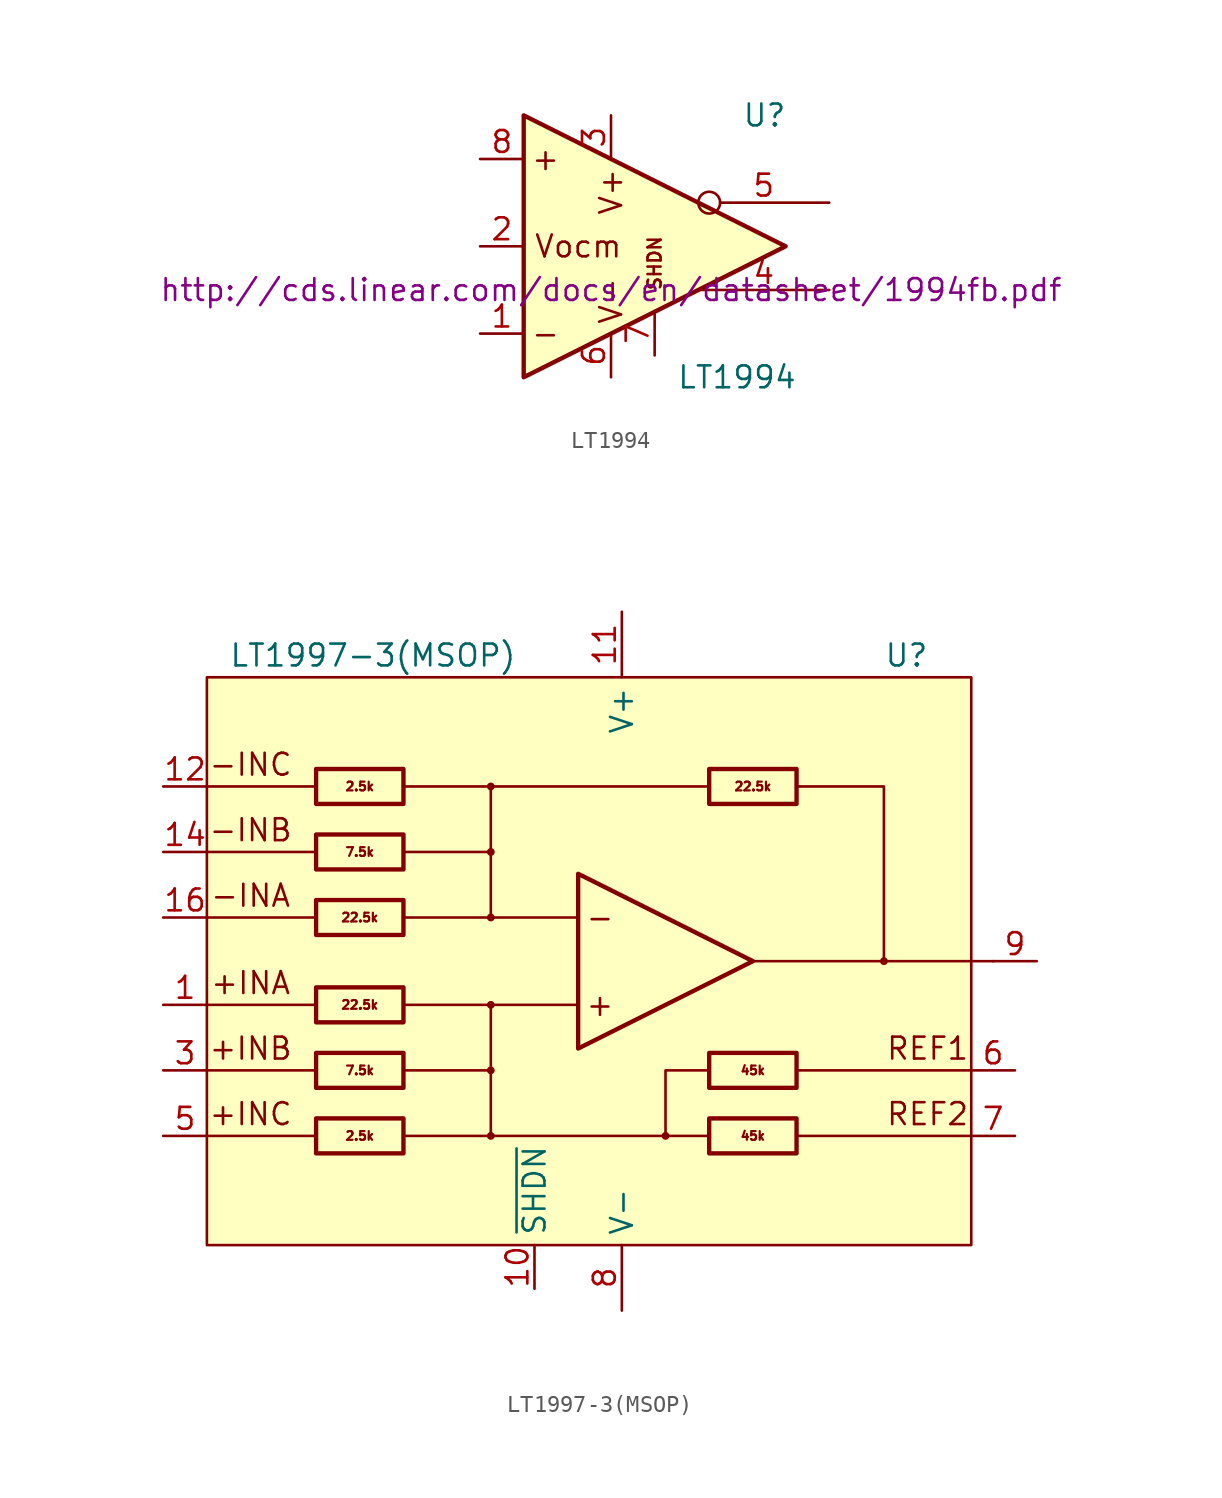
<source format=kicad_sym>
(kicad_symbol_lib
  (version 20220914)
  (generator kicad_symbol_editor)
  (symbol "LT1994"
    (pin_names
      (offset 1.016))
    (property "Reference" "U"
      (at 7.62 7.62 0)
      (effects (font (size 1.27 1.27)) (justify left)))
    (property "Value" "LT1994"
      (at 3.81 -7.62 0)
      (effects (font (size 1.27 1.27)) (justify left)))
    (property "Footprint" ""
      (at 0 -2.54 0)
      (effects (font (size 1.27 1.27))))
    (property "Datasheet" "http://cds.linear.com/docs/en/datasheet/1994fb.pdf"
      (at 0 -2.54 0)
      (effects (font (size 1.27 1.27))))
    (symbol "LT1994_0_0"
      (text " SHDN" (at 2.54 -1.27 900) (effects (font (size 0.762 0.762))))
      (text "+" (at -3.81 5.08 0) (effects (font (size 1.27 1.27))))
      (text "-" (at -3.81 -5.08 0) (effects (font (size 1.27 1.27))))
      (text "V+" (at 0 3.175 900) (effects (font (size 1.27 1.27))))
      (text "V-" (at 0 -3.175 900) (effects (font (size 1.27 1.27))))
      (text "Vocm" (at -1.905 0 0) (effects (font (size 1.27 1.27)))))
    (symbol "LT1994_0_1"
      (polyline (pts (xy -5.08 7.62) (xy -5.08 -7.62) (xy 10.16 0) (xy -5.08 7.62)) (stroke (width 0.254) (type solid)) (fill (type background))))
    (symbol "LT1994_1_1"
      (pin input line (at -7.62 -5.08 0) (length 2.54) (name "~" (effects (font (size 1.27 1.27)))) (number "1" (effects (font (size 1.27 1.27)))))
      (pin input line (at -7.62 0 0) (length 2.54) (name "~" (effects (font (size 1.27 1.27)))) (number "2" (effects (font (size 1.27 1.27)))))
      (pin power_in line (at 0 7.62 270) (length 2.54) (name "~" (effects (font (size 1.27 1.27)))) (number "3" (effects (font (size 1.27 1.27)))))
      (pin output line (at 12.7 -2.54 180) (length 7.62) (name "~" (effects (font (size 1.27 1.27)))) (number "4" (effects (font (size 1.27 1.27)))))
      (pin output inverted (at 12.7 2.54 180) (length 7.62) (name "~" (effects (font (size 1.27 1.27)))) (number "5" (effects (font (size 1.27 1.27)))))
      (pin power_in line (at 0 -7.62 90) (length 2.54) (name "~" (effects (font (size 1.27 1.27)))) (number "6" (effects (font (size 1.27 1.27)))))
      (pin input line (at 2.54 -6.35 90) (length 2.54) (name "~" (effects (font (size 1.27 1.27)))) (number "7" (effects (font (size 1.27 1.27)))))
      (pin input line (at -7.62 5.08 0) (length 2.54) (name "~" (effects (font (size 1.27 1.27)))) (number "8" (effects (font (size 1.27 1.27)))))))
  (symbol "LT1997-3(MSOP)"
    (property "Reference" "U"
      (at 15.24 17.78 0)
      (effects (font (size 1.27 1.27)) (justify left)))
    (property "Value" "LT1997-3(MSOP)"
      (at -22.86 17.78 0)
      (effects (font (size 1.27 1.27)) (justify left)))
    (property "Datasheet" ""
      (at 2.54 0 0)
      (effects (font (size 1.27 1.27))))
    (symbol "LT1997-3(MSOP)_0_0"
      (rectangle (start -24.13 16.51) (end 20.32 -16.51) (stroke (width 0) (type solid)) (fill (type background)))
      (circle (center -7.62 2.54) (radius 0.152) (stroke (width 0) (type solid)) (fill (type none)))
      (circle (center -7.62 6.35) (radius 0.152) (stroke (width 0) (type solid)) (fill (type none)))
      (polyline (pts (xy -24.13 2.54) (xy -17.78 2.54)) (stroke (width 0) (type solid)) (fill (type none)))
      (polyline (pts (xy -24.13 6.35) (xy -17.78 6.35)) (stroke (width 0) (type solid)) (fill (type none)))
      (polyline (pts (xy -24.13 10.16) (xy -17.78 10.16)) (stroke (width 0) (type solid)) (fill (type none)))
      (polyline (pts (xy 15.24 0) (xy 21.59 0)) (stroke (width 0) (type solid)) (fill (type none)))
      (polyline (pts (xy -7.62 2.54) (xy -7.62 10.16) (xy 5.08 10.16)) (stroke (width 0) (type solid)) (fill (type none)))
      (polyline (pts (xy 5.08 -6.35) (xy 2.54 -6.35) (xy 2.54 -10.16)) (stroke (width 0) (type solid)) (fill (type none)))
      (polyline (pts (xy 10.16 10.16) (xy 15.24 10.16) (xy 15.24 0) (xy 7.62 0)) (stroke (width 0) (type solid)) (fill (type none)))
      (text "+" (at -1.27 -2.54 0) (effects (font (size 1.27 1.27))))
      (text "-" (at -1.27 2.54 0) (effects (font (size 1.27 1.27))))
      (text "-INC" (at -21.59 11.43 0) (effects (font (size 1.27 1.27))))
      (text "2.5k" (at -15.24 -10.16 0) (effects (font (size 0.508 0.508))))
      (text "2.5k" (at -15.24 10.16 0) (effects (font (size 0.508 0.508))))
      (text "22.5k" (at -15.24 -2.54 0) (effects (font (size 0.508 0.508))))
      (text "22.5k" (at -15.24 2.54 0) (effects (font (size 0.508 0.508))))
      (text "7.5k" (at -15.24 -6.35 0) (effects (font (size 0.508 0.508))))
      (text "7.5k" (at -15.24 6.35 0) (effects (font (size 0.508 0.508)))))
    (symbol "LT1997-3(MSOP)_0_1"
      (polyline (pts (xy -2.54 2.54) (xy -12.7 2.54)) (stroke (width 0) (type solid)) (fill (type none)))
      (polyline (pts (xy -2.54 5.08) (xy 7.62 0) (xy -2.54 -5.08) (xy -2.54 5.08)) (stroke (width 0.254) (type solid)) (fill (type background))))
    (symbol "LT1997-3(MSOP)_1_0"
      (circle (center -7.62 -10.16) (radius 0.152) (stroke (width 0) (type solid)) (fill (type none)))
      (circle (center -7.62 -6.35) (radius 0.152) (stroke (width 0) (type solid)) (fill (type none)))
      (circle (center -7.62 -2.54) (radius 0.152) (stroke (width 0) (type solid)) (fill (type none)))
      (circle (center -7.62 10.16) (radius 0.152) (stroke (width 0) (type solid)) (fill (type none)))
      (polyline (pts (xy -24.13 -10.16) (xy -17.78 -10.16)) (stroke (width 0) (type solid)) (fill (type none)))
      (polyline (pts (xy -24.13 -6.35) (xy -17.78 -6.35)) (stroke (width 0) (type solid)) (fill (type none)))
      (polyline (pts (xy -24.13 -2.54) (xy -17.78 -2.54)) (stroke (width 0) (type solid)) (fill (type none)))
      (polyline (pts (xy 20.32 -10.16) (xy 10.16 -10.16)) (stroke (width 0) (type solid)) (fill (type none)))
      (polyline (pts (xy 20.32 -6.35) (xy 10.16 -6.35)) (stroke (width 0) (type solid)) (fill (type none)))
      (polyline (pts (xy -7.62 -2.54) (xy -7.62 -10.16) (xy 5.08 -10.16)) (stroke (width 0) (type solid)) (fill (type none)))
      (circle (center 2.54 -10.16) (radius 0.152) (stroke (width 0) (type solid)) (fill (type none)))
      (circle (center 15.24 0) (radius 0.152) (stroke (width 0) (type solid)) (fill (type none)))
      (text "+INA" (at -21.59 -1.27 0) (effects (font (size 1.27 1.27))))
      (text "+INB" (at -21.59 -5.08 0) (effects (font (size 1.27 1.27))))
      (text "+INC" (at -21.59 -8.89 0) (effects (font (size 1.27 1.27))))
      (text "-INA" (at -21.59 3.81 0) (effects (font (size 1.27 1.27))))
      (text "-INB" (at -21.59 7.62 0) (effects (font (size 1.27 1.27))))
      (text "22.5k" (at 7.62 10.16 0) (effects (font (size 0.508 0.508))))
      (text "45k" (at 7.62 -10.16 0) (effects (font (size 0.508 0.508))))
      (text "45k" (at 7.62 -6.35 0) (effects (font (size 0.508 0.508))))
      (text "REF1" (at 17.78 -5.08 0) (effects (font (size 1.27 1.27))))
      (text "REF2" (at 17.78 -8.89 0) (effects (font (size 1.27 1.27)))))
    (symbol "LT1997-3(MSOP)_1_1"
      (rectangle (start -12.7 -11.176) (end -17.78 -9.144) (stroke (width 0.254) (type solid)) (fill (type none)))
      (rectangle (start -12.7 -7.366) (end -17.78 -5.334) (stroke (width 0.254) (type solid)) (fill (type none)))
      (rectangle (start -12.7 -3.556) (end -17.78 -1.524) (stroke (width 0.254) (type solid)) (fill (type none)))
      (rectangle (start -12.7 1.524) (end -17.78 3.556) (stroke (width 0.254) (type solid)) (fill (type none)))
      (rectangle (start -12.7 5.334) (end -17.78 7.366) (stroke (width 0.254) (type solid)) (fill (type none)))
      (rectangle (start -12.7 9.144) (end -17.78 11.176) (stroke (width 0.254) (type solid)) (fill (type none)))
      (polyline (pts (xy -7.62 -10.16) (xy -12.7 -10.16)) (stroke (width 0) (type solid)) (fill (type none)))
      (polyline (pts (xy -7.62 -6.35) (xy -12.7 -6.35)) (stroke (width 0) (type solid)) (fill (type none)))
      (polyline (pts (xy -7.62 6.35) (xy -12.7 6.35)) (stroke (width 0) (type solid)) (fill (type none)))
      (polyline (pts (xy -7.62 10.16) (xy -12.7 10.16)) (stroke (width 0) (type solid)) (fill (type none)))
      (polyline (pts (xy -2.54 -2.54) (xy -12.7 -2.54)) (stroke (width 0) (type solid)) (fill (type none)))
      (rectangle (start 10.16 -11.176) (end 5.08 -9.144) (stroke (width 0.254) (type solid)) (fill (type none)))
      (rectangle (start 10.16 -7.366) (end 5.08 -5.334) (stroke (width 0.254) (type solid)) (fill (type none)))
      (rectangle (start 10.16 9.144) (end 5.08 11.176) (stroke (width 0.254) (type solid)) (fill (type none)))
      (pin input line (at -26.67 -2.54 0) (length 2.54) (name "~" (effects (font (size 1.27 1.27)))) (number "1" (effects (font (size 1.27 1.27)))))
      (pin input line (at -5.08 -19.05 90) (length 2.54) (name "~{SHDN}" (effects (font (size 1.27 1.27)))) (number "10" (effects (font (size 1.27 1.27)))))
      (pin power_in line (at 0 20.32 270) (length 3.81) (name "V+" (effects (font (size 1.27 1.27)))) (number "11" (effects (font (size 1.27 1.27)))))
      (pin input line (at -26.67 10.16 0) (length 2.54) (name "~" (effects (font (size 1.27 1.27)))) (number "12" (effects (font (size 1.27 1.27)))))
      (pin input line (at -26.67 6.35 0) (length 2.54) (name "~" (effects (font (size 1.27 1.27)))) (number "14" (effects (font (size 1.27 1.27)))))
      (pin input line (at -26.67 2.54 0) (length 2.54) (name "~" (effects (font (size 1.27 1.27)))) (number "16" (effects (font (size 1.27 1.27)))))
      (pin input line (at -26.67 -6.35 0) (length 2.54) (name "~" (effects (font (size 1.27 1.27)))) (number "3" (effects (font (size 1.27 1.27)))))
      (pin input line (at -26.67 -10.16 0) (length 2.54) (name "~" (effects (font (size 1.27 1.27)))) (number "5" (effects (font (size 1.27 1.27)))))
      (pin input line (at 22.86 -6.35 180) (length 2.54) (name "~" (effects (font (size 1.27 1.27)))) (number "6" (effects (font (size 1.27 1.27)))))
      (pin input line (at 22.86 -10.16 180) (length 2.54) (name "~" (effects (font (size 1.27 1.27)))) (number "7" (effects (font (size 1.27 1.27)))))
      (pin power_in line (at 0 -20.32 90) (length 3.81) (name "V-" (effects (font (size 1.27 1.27)))) (number "8" (effects (font (size 1.27 1.27)))))
      (pin output line (at 24.13 0 180) (length 2.54) (name "~" (effects (font (size 1.27 1.27)))) (number "9" (effects (font (size 1.27 1.27))))))))
</source>
